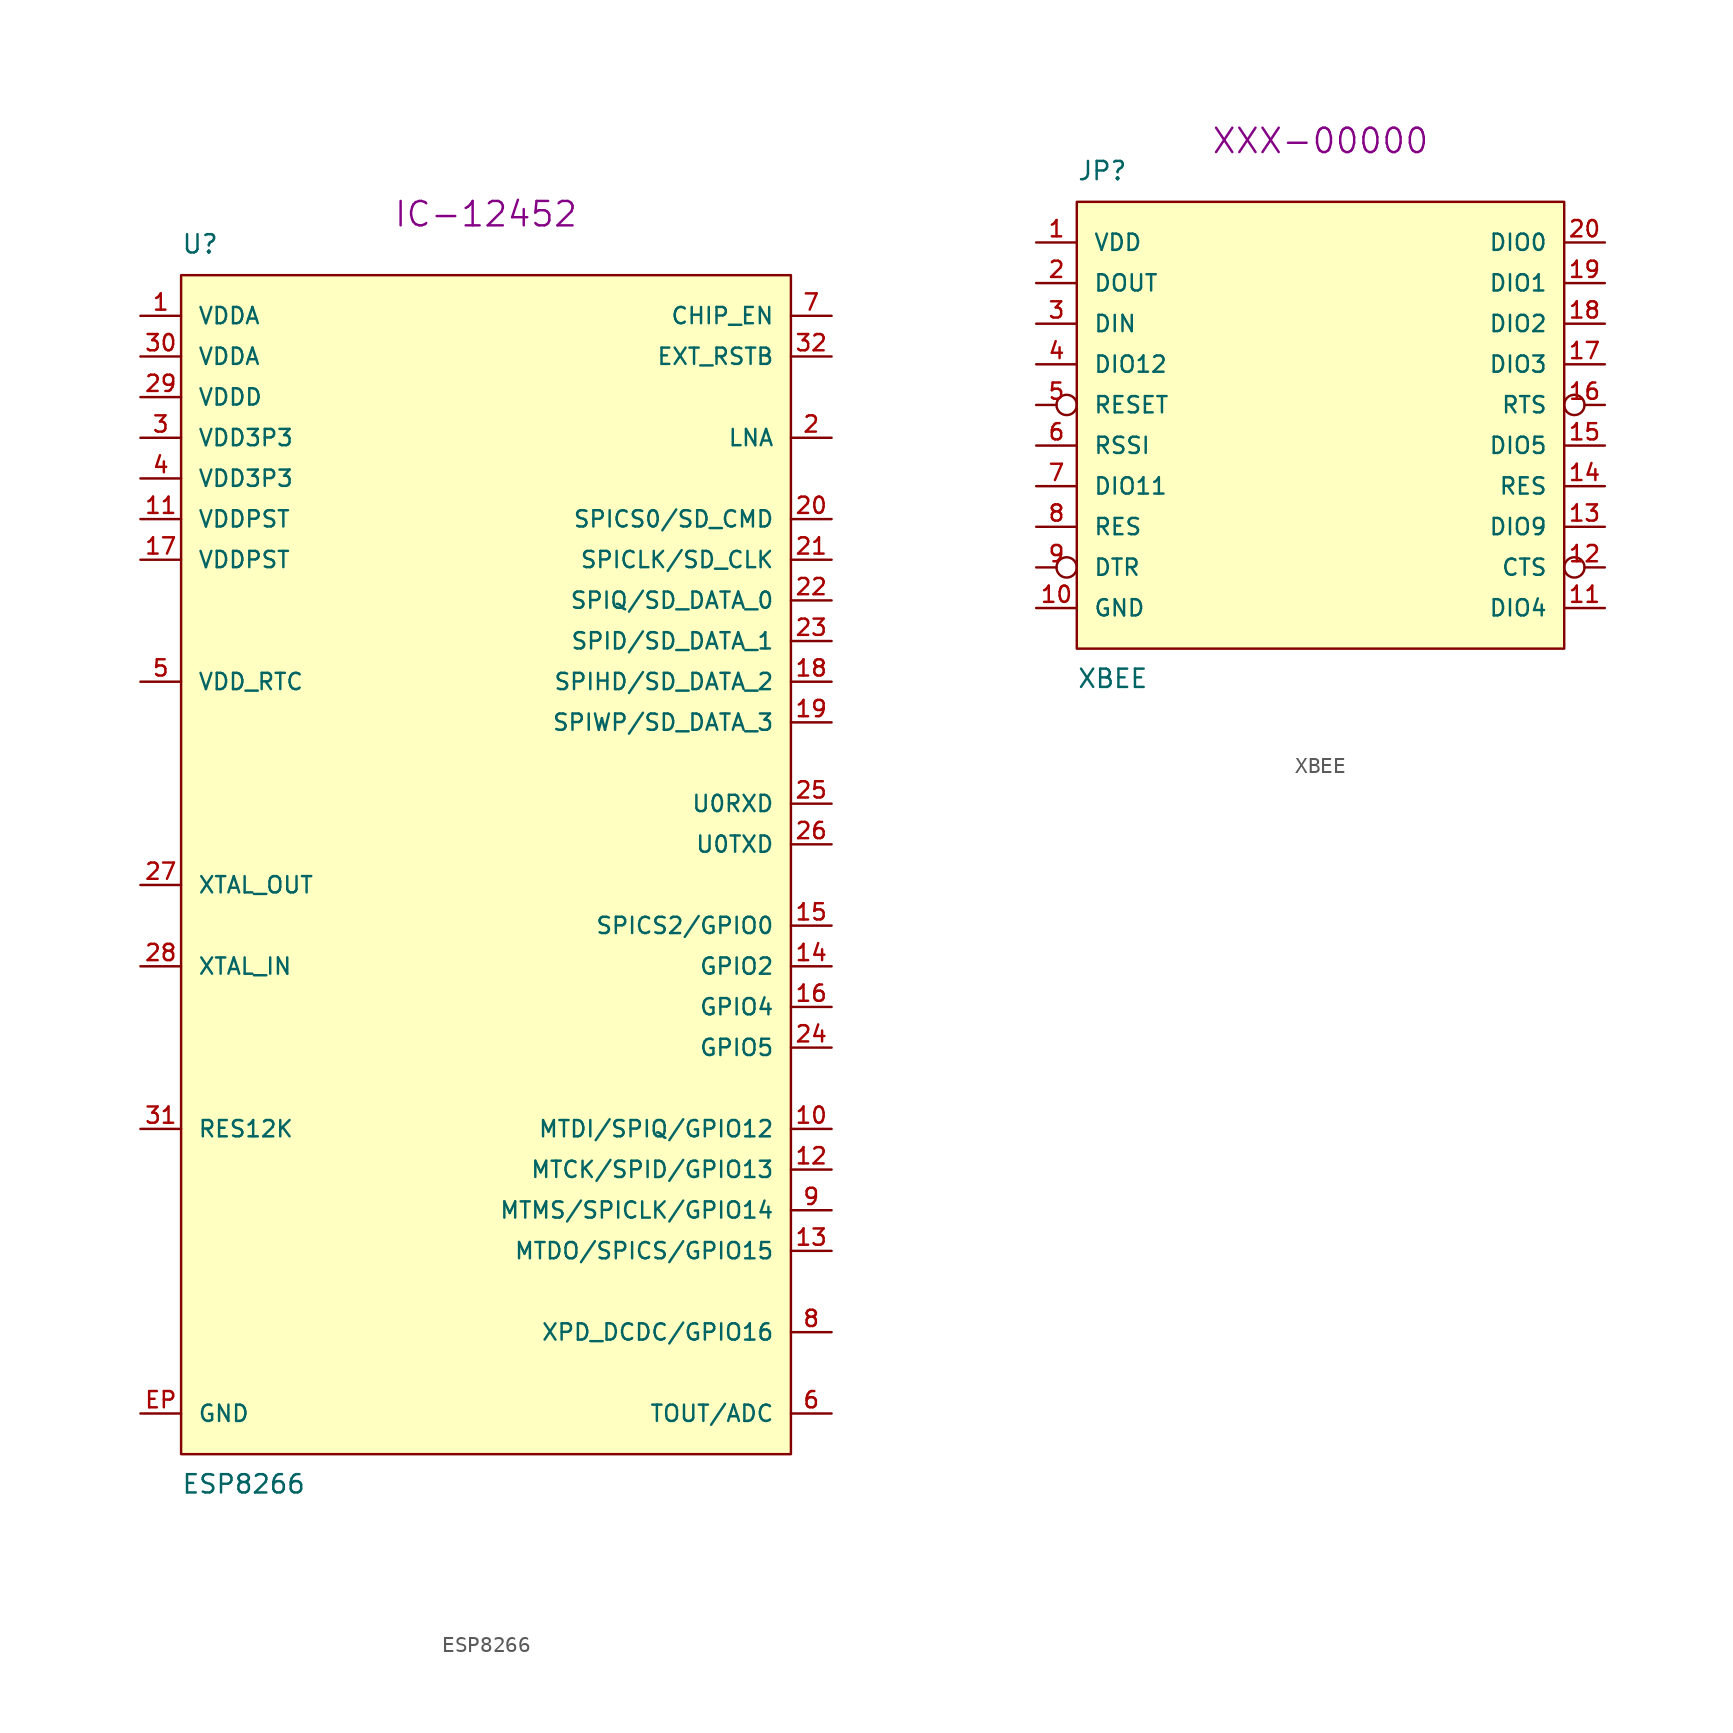
<source format=kicad_sym>
(kicad_symbol_lib
  (version 20231120)
  (generator "kicad_symbol_editor")
  (generator_version "8.0")
  (symbol "ESP8266"
    (pin_names
      (offset 1.016))
    (property "Reference" "U"
      (at -19.05 39.37 0)
      (effects (font (size 1.143 1.143)) (justify left bottom)))
    (property "Value" "ESP8266"
      (at -19.05 -38.1 0)
      (effects (font (size 1.143 1.143)) (justify left bottom)))
    (property "Field5" "IC-12452"
      (at 0 41.91 0)
      (effects (font (size 1.524 1.524))))
    (property "ki_locked" ""
      (at 0 0 0)
      (effects (font (size 1.27 1.27))))
    (symbol "ESP8266_1_1"
      (polyline (pts (xy -19.05 38.1) (xy 19.05 38.1) (xy 19.05 -35.56) (xy -19.05 -35.56) (xy -19.05 38.1)) (stroke (width 0) (type solid)) (fill (type background)))
      (pin bidirectional line (at -21.59 35.56 0) (length 2.54) (name "VDDA" (effects (font (size 1.016 1.016)))) (number "1" (effects (font (size 1.016 1.016)))))
      (pin bidirectional line (at 21.59 -15.24 180) (length 2.54) (name "MTDI/SPIQ/GPIO12" (effects (font (size 1.016 1.016)))) (number "10" (effects (font (size 1.016 1.016)))))
      (pin bidirectional line (at -21.59 22.86 0) (length 2.54) (name "VDDPST" (effects (font (size 1.016 1.016)))) (number "11" (effects (font (size 1.016 1.016)))))
      (pin bidirectional line (at 21.59 -17.78 180) (length 2.54) (name "MTCK/SPID/GPIO13" (effects (font (size 1.016 1.016)))) (number "12" (effects (font (size 1.016 1.016)))))
      (pin bidirectional line (at 21.59 -22.86 180) (length 2.54) (name "MTDO/SPICS/GPIO15" (effects (font (size 1.016 1.016)))) (number "13" (effects (font (size 1.016 1.016)))))
      (pin bidirectional line (at 21.59 -5.08 180) (length 2.54) (name "GPIO2" (effects (font (size 1.016 1.016)))) (number "14" (effects (font (size 1.016 1.016)))))
      (pin bidirectional line (at 21.59 -2.54 180) (length 2.54) (name "SPICS2/GPIO0" (effects (font (size 1.016 1.016)))) (number "15" (effects (font (size 1.016 1.016)))))
      (pin bidirectional line (at 21.59 -7.62 180) (length 2.54) (name "GPIO4" (effects (font (size 1.016 1.016)))) (number "16" (effects (font (size 1.016 1.016)))))
      (pin bidirectional line (at -21.59 20.32 0) (length 2.54) (name "VDDPST" (effects (font (size 1.016 1.016)))) (number "17" (effects (font (size 1.016 1.016)))))
      (pin bidirectional line (at 21.59 12.7 180) (length 2.54) (name "SPIHD/SD_DATA_2" (effects (font (size 1.016 1.016)))) (number "18" (effects (font (size 1.016 1.016)))))
      (pin bidirectional line (at 21.59 10.16 180) (length 2.54) (name "SPIWP/SD_DATA_3" (effects (font (size 1.016 1.016)))) (number "19" (effects (font (size 1.016 1.016)))))
      (pin bidirectional line (at 21.59 27.94 180) (length 2.54) (name "LNA" (effects (font (size 1.016 1.016)))) (number "2" (effects (font (size 1.016 1.016)))))
      (pin bidirectional line (at 21.59 22.86 180) (length 2.54) (name "SPICS0/SD_CMD" (effects (font (size 1.016 1.016)))) (number "20" (effects (font (size 1.016 1.016)))))
      (pin bidirectional line (at 21.59 20.32 180) (length 2.54) (name "SPICLK/SD_CLK" (effects (font (size 1.016 1.016)))) (number "21" (effects (font (size 1.016 1.016)))))
      (pin bidirectional line (at 21.59 17.78 180) (length 2.54) (name "SPIQ/SD_DATA_0" (effects (font (size 1.016 1.016)))) (number "22" (effects (font (size 1.016 1.016)))))
      (pin bidirectional line (at 21.59 15.24 180) (length 2.54) (name "SPID/SD_DATA_1" (effects (font (size 1.016 1.016)))) (number "23" (effects (font (size 1.016 1.016)))))
      (pin bidirectional line (at 21.59 -10.16 180) (length 2.54) (name "GPIO5" (effects (font (size 1.016 1.016)))) (number "24" (effects (font (size 1.016 1.016)))))
      (pin bidirectional line (at 21.59 5.08 180) (length 2.54) (name "U0RXD" (effects (font (size 1.016 1.016)))) (number "25" (effects (font (size 1.016 1.016)))))
      (pin bidirectional line (at 21.59 2.54 180) (length 2.54) (name "U0TXD" (effects (font (size 1.016 1.016)))) (number "26" (effects (font (size 1.016 1.016)))))
      (pin bidirectional line (at -21.59 0 0) (length 2.54) (name "XTAL_OUT" (effects (font (size 1.016 1.016)))) (number "27" (effects (font (size 1.016 1.016)))))
      (pin bidirectional line (at -21.59 -5.08 0) (length 2.54) (name "XTAL_IN" (effects (font (size 1.016 1.016)))) (number "28" (effects (font (size 1.016 1.016)))))
      (pin bidirectional line (at -21.59 30.48 0) (length 2.54) (name "VDDD" (effects (font (size 1.016 1.016)))) (number "29" (effects (font (size 1.016 1.016)))))
      (pin bidirectional line (at -21.59 27.94 0) (length 2.54) (name "VDD3P3" (effects (font (size 1.016 1.016)))) (number "3" (effects (font (size 1.016 1.016)))))
      (pin bidirectional line (at -21.59 33.02 0) (length 2.54) (name "VDDA" (effects (font (size 1.016 1.016)))) (number "30" (effects (font (size 1.016 1.016)))))
      (pin bidirectional line (at -21.59 -15.24 0) (length 2.54) (name "RES12K" (effects (font (size 1.016 1.016)))) (number "31" (effects (font (size 1.016 1.016)))))
      (pin bidirectional line (at 21.59 33.02 180) (length 2.54) (name "EXT_RSTB" (effects (font (size 1.016 1.016)))) (number "32" (effects (font (size 1.016 1.016)))))
      (pin bidirectional line (at -21.59 25.4 0) (length 2.54) (name "VDD3P3" (effects (font (size 1.016 1.016)))) (number "4" (effects (font (size 1.016 1.016)))))
      (pin bidirectional line (at -21.59 12.7 0) (length 2.54) (name "VDD_RTC" (effects (font (size 1.016 1.016)))) (number "5" (effects (font (size 1.016 1.016)))))
      (pin bidirectional line (at 21.59 -33.02 180) (length 2.54) (name "TOUT/ADC" (effects (font (size 1.016 1.016)))) (number "6" (effects (font (size 1.016 1.016)))))
      (pin bidirectional line (at 21.59 35.56 180) (length 2.54) (name "CHIP_EN" (effects (font (size 1.016 1.016)))) (number "7" (effects (font (size 1.016 1.016)))))
      (pin bidirectional line (at 21.59 -27.94 180) (length 2.54) (name "XPD_DCDC/GPIO16" (effects (font (size 1.016 1.016)))) (number "8" (effects (font (size 1.016 1.016)))))
      (pin bidirectional line (at 21.59 -20.32 180) (length 2.54) (name "MTMS/SPICLK/GPIO14" (effects (font (size 1.016 1.016)))) (number "9" (effects (font (size 1.016 1.016)))))
      (pin bidirectional line (at -21.59 -33.02 0) (length 2.54) (name "GND" (effects (font (size 1.016 1.016)))) (number "EP" (effects (font (size 1.016 1.016)))))))
  (symbol "XBEE"
    (pin_names
      (offset 1.016))
    (property "Reference" "JP"
      (at -15.24 13.97 0)
      (effects (font (size 1.143 1.143)) (justify left bottom)))
    (property "Value" "XBEE"
      (at -15.24 -17.78 0)
      (effects (font (size 1.143 1.143)) (justify left bottom)))
    (property "Field5" "XXX-00000"
      (at 0 16.51 0)
      (effects (font (size 1.524 1.524))))
    (property "ki_locked" ""
      (at 0 0 0)
      (effects (font (size 1.27 1.27))))
    (symbol "XBEE_1_1"
      (polyline (pts (xy -15.24 12.7) (xy 15.24 12.7) (xy 15.24 -15.24) (xy -15.24 -15.24) (xy -15.24 12.7)) (stroke (width 0) (type solid)) (fill (type background)))
      (pin power_in line (at -17.78 10.16 0) (length 2.54) (name "VDD" (effects (font (size 1.016 1.016)))) (number "1" (effects (font (size 1.016 1.016)))))
      (pin power_in line (at -17.78 -12.7 0) (length 2.54) (name "GND" (effects (font (size 1.016 1.016)))) (number "10" (effects (font (size 1.016 1.016)))))
      (pin bidirectional line (at 17.78 -12.7 180) (length 2.54) (name "DIO4" (effects (font (size 1.016 1.016)))) (number "11" (effects (font (size 1.016 1.016)))))
      (pin output inverted (at 17.78 -10.16 180) (length 2.54) (name "CTS" (effects (font (size 1.016 1.016)))) (number "12" (effects (font (size 1.016 1.016)))))
      (pin bidirectional line (at 17.78 -7.62 180) (length 2.54) (name "DIO9" (effects (font (size 1.016 1.016)))) (number "13" (effects (font (size 1.016 1.016)))))
      (pin bidirectional line (at 17.78 -5.08 180) (length 2.54) (name "RES" (effects (font (size 1.016 1.016)))) (number "14" (effects (font (size 1.016 1.016)))))
      (pin bidirectional line (at 17.78 -2.54 180) (length 2.54) (name "DIO5" (effects (font (size 1.016 1.016)))) (number "15" (effects (font (size 1.016 1.016)))))
      (pin input inverted (at 17.78 0 180) (length 2.54) (name "RTS" (effects (font (size 1.016 1.016)))) (number "16" (effects (font (size 1.016 1.016)))))
      (pin bidirectional line (at 17.78 2.54 180) (length 2.54) (name "DIO3" (effects (font (size 1.016 1.016)))) (number "17" (effects (font (size 1.016 1.016)))))
      (pin bidirectional line (at 17.78 5.08 180) (length 2.54) (name "DIO2" (effects (font (size 1.016 1.016)))) (number "18" (effects (font (size 1.016 1.016)))))
      (pin bidirectional line (at 17.78 7.62 180) (length 2.54) (name "DIO1" (effects (font (size 1.016 1.016)))) (number "19" (effects (font (size 1.016 1.016)))))
      (pin output line (at -17.78 7.62 0) (length 2.54) (name "DOUT" (effects (font (size 1.016 1.016)))) (number "2" (effects (font (size 1.016 1.016)))))
      (pin bidirectional line (at 17.78 10.16 180) (length 2.54) (name "DIO0" (effects (font (size 1.016 1.016)))) (number "20" (effects (font (size 1.016 1.016)))))
      (pin input line (at -17.78 5.08 0) (length 2.54) (name "DIN" (effects (font (size 1.016 1.016)))) (number "3" (effects (font (size 1.016 1.016)))))
      (pin bidirectional line (at -17.78 2.54 0) (length 2.54) (name "DIO12" (effects (font (size 1.016 1.016)))) (number "4" (effects (font (size 1.016 1.016)))))
      (pin input inverted (at -17.78 0 0) (length 2.54) (name "RESET" (effects (font (size 1.016 1.016)))) (number "5" (effects (font (size 1.016 1.016)))))
      (pin bidirectional line (at -17.78 -2.54 0) (length 2.54) (name "RSSI" (effects (font (size 1.016 1.016)))) (number "6" (effects (font (size 1.016 1.016)))))
      (pin bidirectional line (at -17.78 -5.08 0) (length 2.54) (name "DIO11" (effects (font (size 1.016 1.016)))) (number "7" (effects (font (size 1.016 1.016)))))
      (pin bidirectional line (at -17.78 -7.62 0) (length 2.54) (name "RES" (effects (font (size 1.016 1.016)))) (number "8" (effects (font (size 1.016 1.016)))))
      (pin bidirectional inverted (at -17.78 -10.16 0) (length 2.54) (name "DTR" (effects (font (size 1.016 1.016)))) (number "9" (effects (font (size 1.016 1.016))))))))
</source>
